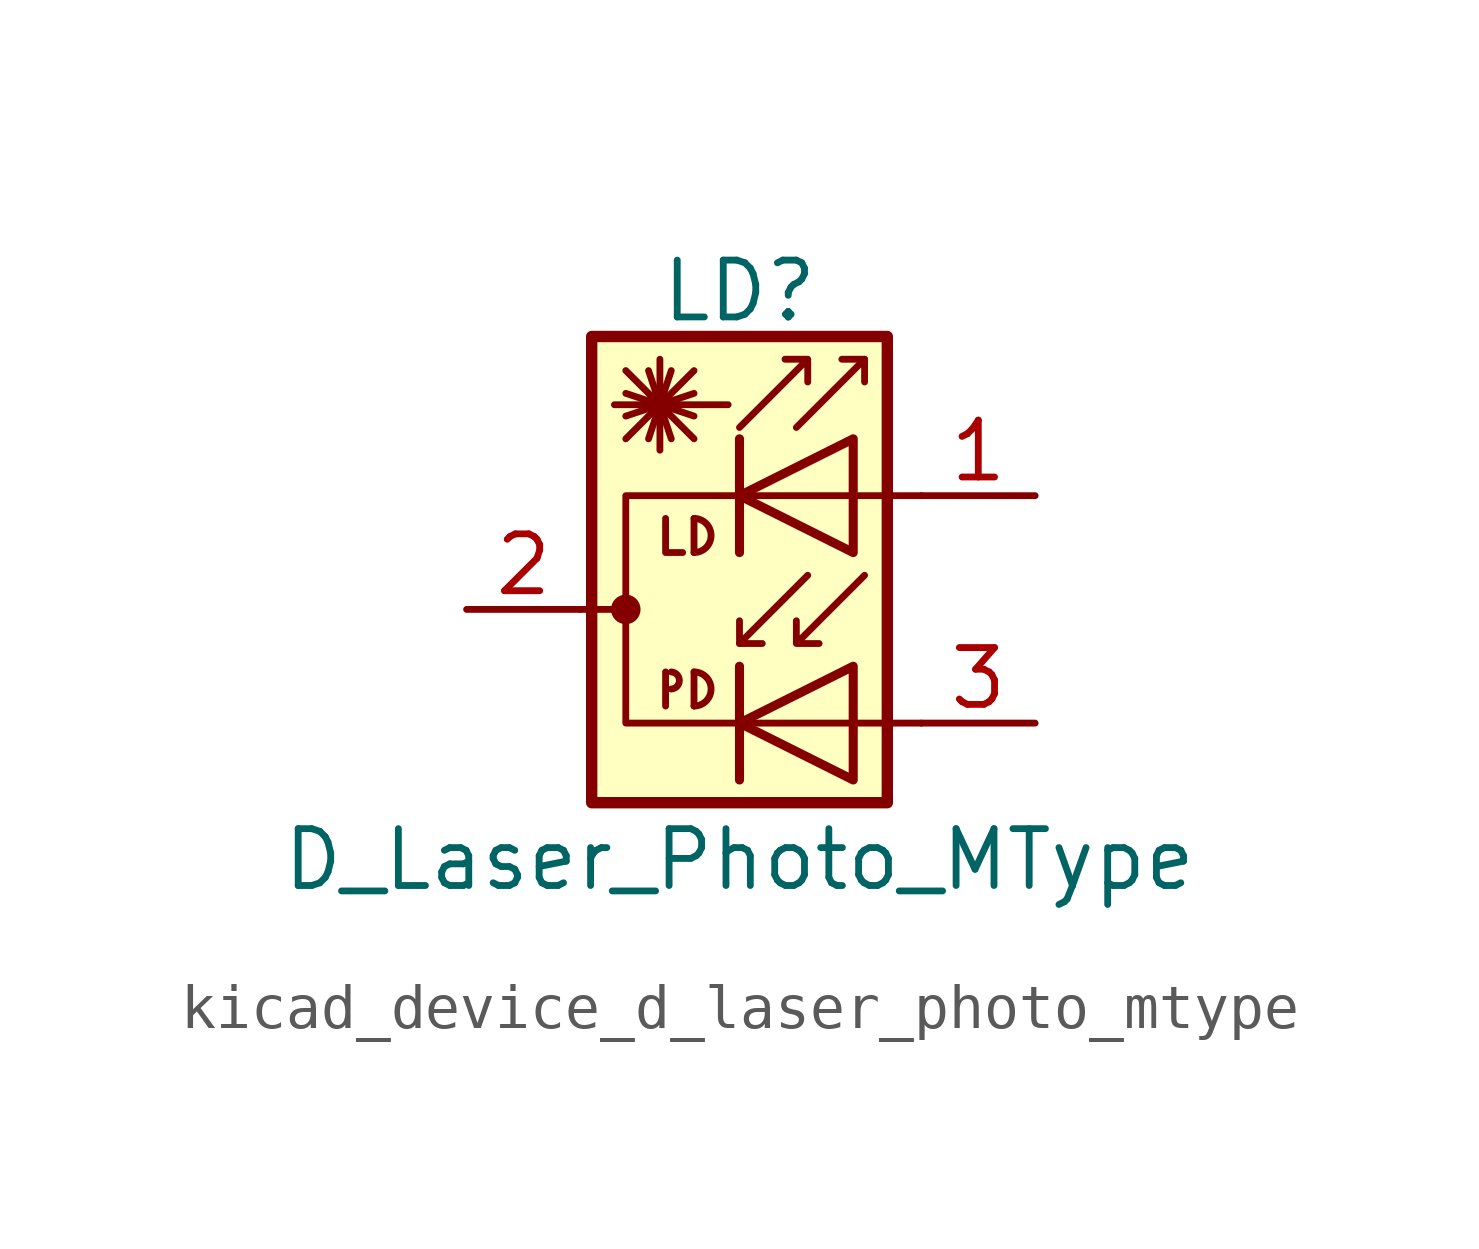
<source format=kicad_sym>
(kicad_symbol_lib
  (version 20220914)
  (generator kicad_symbol_editor)
  (symbol "kicad_device_d_laser_photo_mtype"
    (pin_names hide)
    (property "Reference" "LD"
      (at 1.016 7.112 0)
      (effects (font (size 1.27 1.27))))
    (property "Value" "D_Laser_Photo_MType"
      (at 1.016 -5.588 0)
      (effects (font (size 1.27 1.27))))
    (symbol "kicad_device_d_laser_photo_mtype_0_1"
      (circle (center -1.524 0) (radius 0.254) (stroke (width 0) (type default)) (fill (type outline)))
      (arc (start -0.508 -1.778) (mid -0.3302 -1.6002) (end -0.508 -1.397) (stroke (width 0) (type default)) (fill (type none)))
      (arc (start 0 -2.159) (mid 0.3794 -1.778) (end 0 -1.397) (stroke (width 0) (type default)) (fill (type none)))
      (polyline (pts (xy -2.54 0) (xy -1.524 0)) (stroke (width 0) (type default)) (fill (type none)))
      (polyline (pts (xy -1.524 3.81) (xy 0 5.334)) (stroke (width 0) (type default)) (fill (type none)))
      (polyline (pts (xy -1.524 4.318) (xy 0 4.826)) (stroke (width 0) (type default)) (fill (type none)))
      (polyline (pts (xy -1.524 4.826) (xy 0 4.318)) (stroke (width 0) (type default)) (fill (type none)))
      (polyline (pts (xy -1.524 5.334) (xy 0 3.81)) (stroke (width 0) (type default)) (fill (type none)))
      (polyline (pts (xy -1.016 5.334) (xy -0.508 3.81)) (stroke (width 0) (type default)) (fill (type none)))
      (polyline (pts (xy -0.762 4.572) (xy -0.762 3.556)) (stroke (width 0) (type default)) (fill (type none)))
      (polyline (pts (xy -0.762 4.572) (xy -0.762 5.588)) (stroke (width 0) (type default)) (fill (type none)))
      (polyline (pts (xy -0.635 -1.397) (xy -0.635 -2.159)) (stroke (width 0) (type default)) (fill (type none)))
      (polyline (pts (xy -0.508 5.334) (xy -1.016 3.81)) (stroke (width 0) (type default)) (fill (type none)))
      (polyline (pts (xy 0 -1.397) (xy 0 -2.159)) (stroke (width 0) (type default)) (fill (type none)))
      (polyline (pts (xy 0 2.032) (xy 0 1.27)) (stroke (width 0) (type default)) (fill (type none)))
      (polyline (pts (xy 0.762 4.572) (xy -1.778 4.572)) (stroke (width 0) (type default)) (fill (type none)))
      (polyline (pts (xy 1.016 -1.27) (xy 1.016 -3.81)) (stroke (width 0.203) (type default)) (fill (type none)))
      (polyline (pts (xy 1.016 -0.762) (xy 1.524 -0.762)) (stroke (width 0) (type default)) (fill (type none)))
      (polyline (pts (xy 1.016 3.81) (xy 1.016 1.27)) (stroke (width 0.203) (type default)) (fill (type none)))
      (polyline (pts (xy 3.81 5.588) (xy 3.302 5.588)) (stroke (width 0) (type default)) (fill (type none)))
      (polyline (pts (xy -0.635 2.032) (xy -0.635 1.27) (xy -0.254 1.27)) (stroke (width 0) (type default)) (fill (type none)))
      (polyline (pts (xy 2.286 4.064) (xy 3.81 5.588) (xy 3.81 5.08)) (stroke (width 0) (type default)) (fill (type none)))
      (polyline (pts (xy 2.54 0.762) (xy 1.016 -0.762) (xy 1.016 -0.254)) (stroke (width 0) (type default)) (fill (type none)))
      (polyline (pts (xy 3.556 -1.27) (xy 3.556 -3.81) (xy 1.016 -2.54) (xy 3.556 -1.27)) (stroke (width 0.203) (type default)) (fill (type none)))
      (polyline (pts (xy 3.556 3.81) (xy 3.556 1.27) (xy 1.016 2.54) (xy 3.556 3.81)) (stroke (width 0.203) (type default)) (fill (type none)))
      (polyline (pts (xy 5.08 2.54) (xy -1.524 2.54) (xy -1.524 -2.54) (xy 5.08 -2.54)) (stroke (width 0) (type default)) (fill (type none)))
      (polyline (pts (xy 1.016 4.064) (xy 2.54 5.588) (xy 2.54 5.08) (xy 2.54 5.588) (xy 2.032 5.588)) (stroke (width 0) (type default)) (fill (type none)))
      (polyline (pts (xy 3.81 0.762) (xy 2.286 -0.762) (xy 2.286 -0.254) (xy 2.286 -0.762) (xy 2.794 -0.762)) (stroke (width 0) (type default)) (fill (type none)))
      (arc (start 0 1.27) (mid 0.3794 1.651) (end 0 2.032) (stroke (width 0) (type default)) (fill (type none)))
      (rectangle (start 4.318 6.096) (end -2.286 -4.318) (stroke (width 0.254) (type default)) (fill (type background))))
    (symbol "kicad_device_d_laser_photo_mtype_1_1"
      (pin passive line (at 7.62 2.54 180) (length 2.54) (name "~" (effects (font (size 1.27 1.27)))) (number "1" (effects (font (size 1.27 1.27)))))
      (pin passive line (at -5.08 0 0) (length 2.54) (name "~" (effects (font (size 1.27 1.27)))) (number "2" (effects (font (size 1.27 1.27)))))
      (pin passive line (at 7.62 -2.54 180) (length 2.54) (name "~" (effects (font (size 1.27 1.27)))) (number "3" (effects (font (size 1.27 1.27))))))))
</source>
